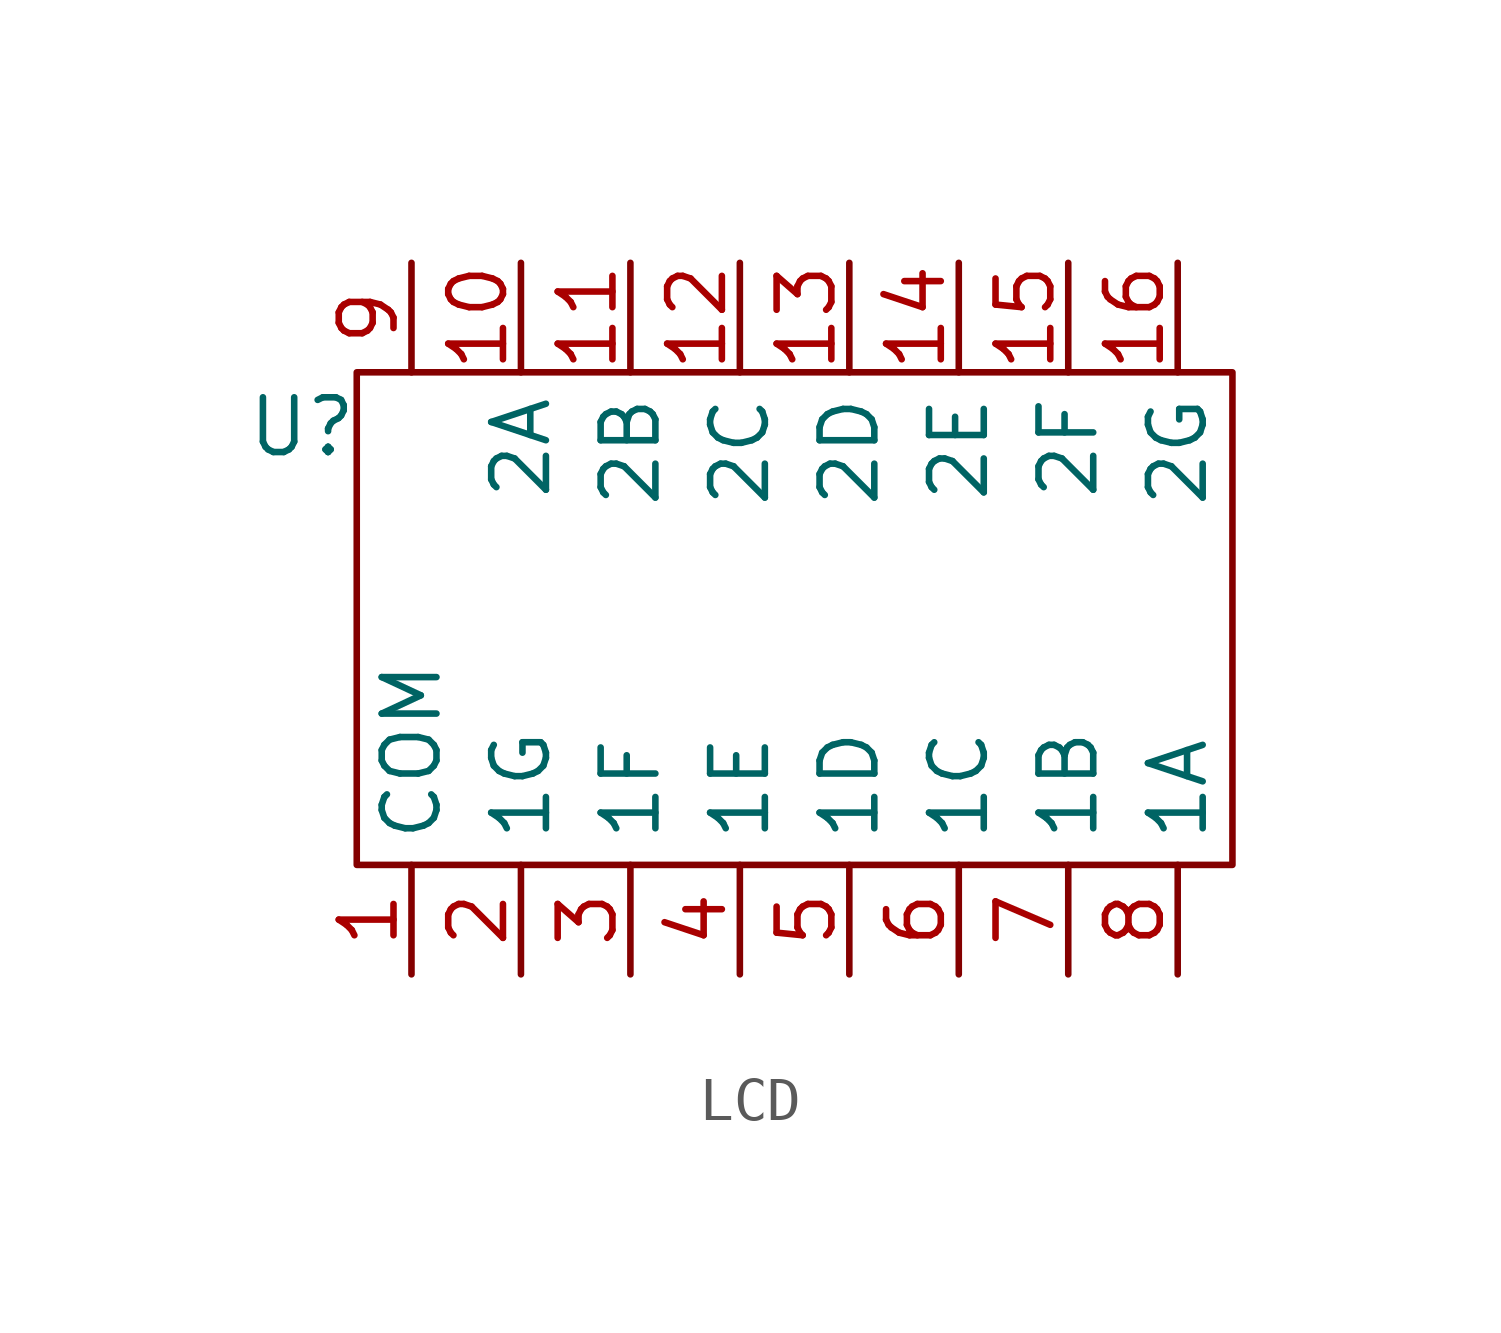
<source format=kicad_sym>
(kicad_symbol_lib
  (version 20220914)
  (generator kicad_symbol_editor)
  (symbol "LCD"
    (property "Reference" "U"
      (at 0 0 0)
      (effects (font (size 1.27 1.27))))
    (property "Value" ""
      (at 0 0 0)
      (effects (font (size 1.27 1.27))))
    (symbol "LCD_0_1"
      (rectangle (start 1.27 -10.16) (end 21.59 1.27) (stroke (width 0) (type default)) (fill (type none))))
    (symbol "LCD_1_0"
      (pin bidirectional line (at 2.54 -12.7 90) (length 2.54) (name "COM" (effects (font (size 1.27 1.27)))) (number "1" (effects (font (size 1.27 1.27)))))
      (pin bidirectional line (at 5.08 3.81 270) (length 2.54) (name "2A" (effects (font (size 1.27 1.27)))) (number "10" (effects (font (size 1.27 1.27)))))
      (pin bidirectional line (at 7.62 3.81 270) (length 2.54) (name "2B" (effects (font (size 1.27 1.27)))) (number "11" (effects (font (size 1.27 1.27)))))
      (pin bidirectional line (at 10.16 3.81 270) (length 2.54) (name "2C" (effects (font (size 1.27 1.27)))) (number "12" (effects (font (size 1.27 1.27)))))
      (pin bidirectional line (at 12.7 3.81 270) (length 2.54) (name "2D" (effects (font (size 1.27 1.27)))) (number "13" (effects (font (size 1.27 1.27)))))
      (pin bidirectional line (at 15.24 3.81 270) (length 2.54) (name "2E" (effects (font (size 1.27 1.27)))) (number "14" (effects (font (size 1.27 1.27)))))
      (pin bidirectional line (at 17.78 3.81 270) (length 2.54) (name "2F" (effects (font (size 1.27 1.27)))) (number "15" (effects (font (size 1.27 1.27)))))
      (pin bidirectional line (at 20.32 3.81 270) (length 2.54) (name "2G" (effects (font (size 1.27 1.27)))) (number "16" (effects (font (size 1.27 1.27)))))
      (pin bidirectional line (at 5.08 -12.7 90) (length 2.54) (name "1G" (effects (font (size 1.27 1.27)))) (number "2" (effects (font (size 1.27 1.27)))))
      (pin bidirectional line (at 7.62 -12.7 90) (length 2.54) (name "1F" (effects (font (size 1.27 1.27)))) (number "3" (effects (font (size 1.27 1.27)))))
      (pin bidirectional line (at 10.16 -12.7 90) (length 2.54) (name "1E" (effects (font (size 1.27 1.27)))) (number "4" (effects (font (size 1.27 1.27)))))
      (pin bidirectional line (at 12.7 -12.7 90) (length 2.54) (name "1D" (effects (font (size 1.27 1.27)))) (number "5" (effects (font (size 1.27 1.27)))))
      (pin bidirectional line (at 15.24 -12.7 90) (length 2.54) (name "1C" (effects (font (size 1.27 1.27)))) (number "6" (effects (font (size 1.27 1.27)))))
      (pin bidirectional line (at 17.78 -12.7 90) (length 2.54) (name "1B" (effects (font (size 1.27 1.27)))) (number "7" (effects (font (size 1.27 1.27)))))
      (pin bidirectional line (at 20.32 -12.7 90) (length 2.54) (name "1A" (effects (font (size 1.27 1.27)))) (number "8" (effects (font (size 1.27 1.27)))))
      (pin bidirectional line (at 2.54 3.81 270) (length 2.54) (name "" (effects (font (size 1.27 1.27)))) (number "9" (effects (font (size 1.27 1.27))))))))
</source>
